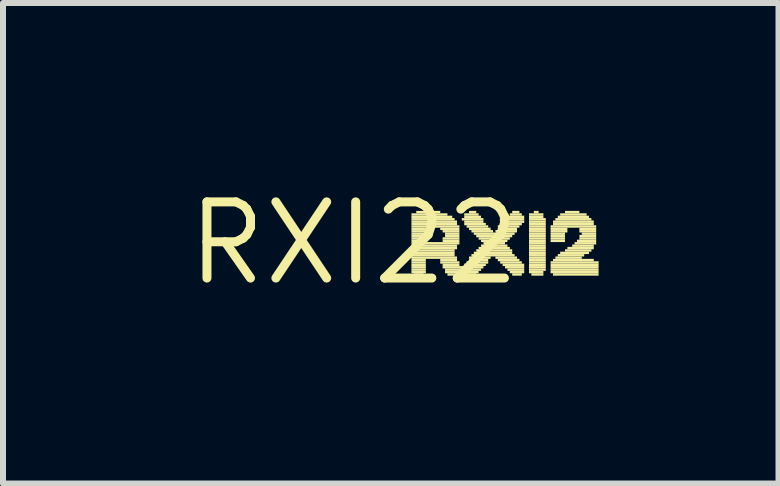
<source format=kicad_pcb>
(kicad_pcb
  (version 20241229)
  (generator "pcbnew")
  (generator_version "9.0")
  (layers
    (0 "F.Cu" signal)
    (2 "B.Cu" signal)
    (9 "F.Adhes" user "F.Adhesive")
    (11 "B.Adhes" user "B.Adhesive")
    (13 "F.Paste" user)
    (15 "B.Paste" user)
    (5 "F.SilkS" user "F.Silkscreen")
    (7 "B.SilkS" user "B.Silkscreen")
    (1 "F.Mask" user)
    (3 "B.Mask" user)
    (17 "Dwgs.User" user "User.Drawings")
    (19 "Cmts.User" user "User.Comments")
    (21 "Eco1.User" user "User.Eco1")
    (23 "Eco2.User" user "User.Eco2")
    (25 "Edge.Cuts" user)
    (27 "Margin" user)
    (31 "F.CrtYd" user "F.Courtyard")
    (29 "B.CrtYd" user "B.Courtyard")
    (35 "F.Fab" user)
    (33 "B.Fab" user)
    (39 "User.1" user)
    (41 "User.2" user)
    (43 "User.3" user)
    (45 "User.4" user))
  (footprint "RXI22"
    (layer "F.Cu")
    (at 2.85 1.006)
    (property "Reference" "RXI22" (at 0 0 0) (layer "F.SilkS") (effects (font (size 1.27 1.27) (thickness 0.15))))
    (attr through_hole)
    (fp_poly (pts (xy 0.96 -0.46) (xy 1.56 -0.46) (xy 1.56 -0.5) (xy 0.96 -0.5)) (stroke (width 0) (type solid)) (fill yes) (layer "F.SilkS"))
    (fp_poly (pts (xy 0.96 -0.42) (xy 1.64 -0.42) (xy 1.64 -0.46) (xy 0.96 -0.46)) (stroke (width 0) (type solid)) (fill yes) (layer "F.SilkS"))
    (fp_poly (pts (xy 0.96 -0.38) (xy 1.68 -0.38) (xy 1.68 -0.42) (xy 0.96 -0.42)) (stroke (width 0) (type solid)) (fill yes) (layer "F.SilkS"))
    (fp_poly (pts (xy 0.96 -0.34) (xy 1.72 -0.34) (xy 1.72 -0.38) (xy 0.96 -0.38)) (stroke (width 0) (type solid)) (fill yes) (layer "F.SilkS"))
    (fp_poly (pts (xy 0.96 -0.3) (xy 1.72 -0.3) (xy 1.72 -0.34) (xy 0.96 -0.34)) (stroke (width 0) (type solid)) (fill yes) (layer "F.SilkS"))
    (fp_poly (pts (xy 0.96 -0.26) (xy 1.76 -0.26) (xy 1.76 -0.3) (xy 0.96 -0.3)) (stroke (width 0) (type solid)) (fill yes) (layer "F.SilkS"))
    (fp_poly (pts (xy 0.96 -0.22) (xy 1.2 -0.22) (xy 1.2 -0.26) (xy 0.96 -0.26)) (stroke (width 0) (type solid)) (fill yes) (layer "F.SilkS"))
    (fp_poly (pts (xy 0.96 -0.18) (xy 1.2 -0.18) (xy 1.2 -0.22) (xy 0.96 -0.22)) (stroke (width 0) (type solid)) (fill yes) (layer "F.SilkS"))
    (fp_poly (pts (xy 0.96 -0.14) (xy 1.2 -0.14) (xy 1.2 -0.18) (xy 0.96 -0.18)) (stroke (width 0) (type solid)) (fill yes) (layer "F.SilkS"))
    (fp_poly (pts (xy 0.96 -0.1) (xy 1.2 -0.1) (xy 1.2 -0.14) (xy 0.96 -0.14)) (stroke (width 0) (type solid)) (fill yes) (layer "F.SilkS"))
    (fp_poly (pts (xy 0.96 -0.06) (xy 1.2 -0.06) (xy 1.2 -0.1) (xy 0.96 -0.1)) (stroke (width 0) (type solid)) (fill yes) (layer "F.SilkS"))
    (fp_poly (pts (xy 0.96 -0.02) (xy 1.2 -0.02) (xy 1.2 -0.06) (xy 0.96 -0.06)) (stroke (width 0) (type solid)) (fill yes) (layer "F.SilkS"))
    (fp_poly (pts (xy 0.96 0.02) (xy 1.76 0.02) (xy 1.76 -0.02) (xy 0.96 -0.02)) (stroke (width 0) (type solid)) (fill yes) (layer "F.SilkS"))
    (fp_poly (pts (xy 0.96 0.06) (xy 1.72 0.06) (xy 1.72 0.02) (xy 0.96 0.02)) (stroke (width 0) (type solid)) (fill yes) (layer "F.SilkS"))
    (fp_poly (pts (xy 0.96 0.1) (xy 1.72 0.1) (xy 1.72 0.06) (xy 0.96 0.06)) (stroke (width 0) (type solid)) (fill yes) (layer "F.SilkS"))
    (fp_poly (pts (xy 0.96 0.14) (xy 1.68 0.14) (xy 1.68 0.1) (xy 0.96 0.1)) (stroke (width 0) (type solid)) (fill yes) (layer "F.SilkS"))
    (fp_poly (pts (xy 0.96 0.18) (xy 1.68 0.18) (xy 1.68 0.14) (xy 0.96 0.14)) (stroke (width 0) (type solid)) (fill yes) (layer "F.SilkS"))
    (fp_poly (pts (xy 0.96 0.22) (xy 1.68 0.22) (xy 1.68 0.18) (xy 0.96 0.18)) (stroke (width 0) (type solid)) (fill yes) (layer "F.SilkS"))
    (fp_poly (pts (xy 0.96 0.26) (xy 1.72 0.26) (xy 1.72 0.22) (xy 0.96 0.22)) (stroke (width 0) (type solid)) (fill yes) (layer "F.SilkS"))
    (fp_poly (pts (xy 0.96 0.3) (xy 1.2 0.3) (xy 1.2 0.26) (xy 0.96 0.26)) (stroke (width 0) (type solid)) (fill yes) (layer "F.SilkS"))
    (fp_poly (pts (xy 0.96 0.34) (xy 1.2 0.34) (xy 1.2 0.3) (xy 0.96 0.3)) (stroke (width 0) (type solid)) (fill yes) (layer "F.SilkS"))
    (fp_poly (pts (xy 0.96 0.38) (xy 1.2 0.38) (xy 1.2 0.34) (xy 0.96 0.34)) (stroke (width 0) (type solid)) (fill yes) (layer "F.SilkS"))
    (fp_poly (pts (xy 0.96 0.42) (xy 1.2 0.42) (xy 1.2 0.38) (xy 0.96 0.38)) (stroke (width 0) (type solid)) (fill yes) (layer "F.SilkS"))
    (fp_poly (pts (xy 0.96 0.46) (xy 1.2 0.46) (xy 1.2 0.42) (xy 0.96 0.42)) (stroke (width 0) (type solid)) (fill yes) (layer "F.SilkS"))
    (fp_poly (pts (xy 0.96 0.5) (xy 1.2 0.5) (xy 1.2 0.46) (xy 0.96 0.46)) (stroke (width 0) (type solid)) (fill yes) (layer "F.SilkS"))
    (fp_poly (pts (xy 1 0.54) (xy 1.16 0.54) (xy 1.16 0.5) (xy 1 0.5)) (stroke (width 0) (type solid)) (fill yes) (layer "F.SilkS"))
    (fp_poly (pts (xy 1.04 -0.5) (xy 1.44 -0.5) (xy 1.44 -0.54) (xy 1.04 -0.54)) (stroke (width 0) (type solid)) (fill yes) (layer "F.SilkS"))
    (fp_poly (pts (xy 1.44 -0.22) (xy 1.76 -0.22) (xy 1.76 -0.26) (xy 1.44 -0.26)) (stroke (width 0) (type solid)) (fill yes) (layer "F.SilkS"))
    (fp_poly (pts (xy 1.44 0.3) (xy 1.72 0.3) (xy 1.72 0.26) (xy 1.44 0.26)) (stroke (width 0) (type solid)) (fill yes) (layer "F.SilkS"))
    (fp_poly (pts (xy 1.44 0.34) (xy 1.76 0.34) (xy 1.76 0.3) (xy 1.44 0.3)) (stroke (width 0) (type solid)) (fill yes) (layer "F.SilkS"))
    (fp_poly (pts (xy 1.48 -0.18) (xy 1.76 -0.18) (xy 1.76 -0.22) (xy 1.48 -0.22)) (stroke (width 0) (type solid)) (fill yes) (layer "F.SilkS"))
    (fp_poly (pts (xy 1.48 -0.06) (xy 1.76 -0.06) (xy 1.76 -0.1) (xy 1.48 -0.1)) (stroke (width 0) (type solid)) (fill yes) (layer "F.SilkS"))
    (fp_poly (pts (xy 1.48 -0.02) (xy 1.76 -0.02) (xy 1.76 -0.06) (xy 1.48 -0.06)) (stroke (width 0) (type solid)) (fill yes) (layer "F.SilkS"))
    (fp_poly (pts (xy 1.48 0.38) (xy 1.76 0.38) (xy 1.76 0.34) (xy 1.48 0.34)) (stroke (width 0) (type solid)) (fill yes) (layer "F.SilkS"))
    (fp_poly (pts (xy 1.48 0.42) (xy 2.16 0.42) (xy 2.16 0.38) (xy 1.48 0.38)) (stroke (width 0) (type solid)) (fill yes) (layer "F.SilkS"))
    (fp_poly (pts (xy 1.52 -0.14) (xy 1.76 -0.14) (xy 1.76 -0.18) (xy 1.52 -0.18)) (stroke (width 0) (type solid)) (fill yes) (layer "F.SilkS"))
    (fp_poly (pts (xy 1.52 -0.1) (xy 1.76 -0.1) (xy 1.76 -0.14) (xy 1.52 -0.14)) (stroke (width 0) (type solid)) (fill yes) (layer "F.SilkS"))
    (fp_poly (pts (xy 1.52 0.46) (xy 1.8 0.46) (xy 1.8 0.42) (xy 1.52 0.42)) (stroke (width 0) (type solid)) (fill yes) (layer "F.SilkS"))
    (fp_poly (pts (xy 1.52 0.5) (xy 1.76 0.5) (xy 1.76 0.46) (xy 1.52 0.46)) (stroke (width 0) (type solid)) (fill yes) (layer "F.SilkS"))
    (fp_poly (pts (xy 1.56 0.54) (xy 1.72 0.54) (xy 1.72 0.5) (xy 1.56 0.5)) (stroke (width 0) (type solid)) (fill yes) (layer "F.SilkS"))
    (fp_poly (pts (xy 1.8 -0.38) (xy 2.16 -0.38) (xy 2.16 -0.42) (xy 1.8 -0.42)) (stroke (width 0) (type solid)) (fill yes) (layer "F.SilkS"))
    (fp_poly (pts (xy 1.84 -0.46) (xy 2.08 -0.46) (xy 2.08 -0.5) (xy 1.84 -0.5)) (stroke (width 0) (type solid)) (fill yes) (layer "F.SilkS"))
    (fp_poly (pts (xy 1.84 -0.42) (xy 2.12 -0.42) (xy 2.12 -0.46) (xy 1.84 -0.46)) (stroke (width 0) (type solid)) (fill yes) (layer "F.SilkS"))
    (fp_poly (pts (xy 1.84 -0.34) (xy 2.16 -0.34) (xy 2.16 -0.38) (xy 1.84 -0.38)) (stroke (width 0) (type solid)) (fill yes) (layer "F.SilkS"))
    (fp_poly (pts (xy 1.84 -0.3) (xy 2.2 -0.3) (xy 2.2 -0.34) (xy 1.84 -0.34)) (stroke (width 0) (type solid)) (fill yes) (layer "F.SilkS"))
    (fp_poly (pts (xy 1.84 0.38) (xy 2.2 0.38) (xy 2.2 0.34) (xy 1.84 0.34)) (stroke (width 0) (type solid)) (fill yes) (layer "F.SilkS"))
    (fp_poly (pts (xy 1.84 0.46) (xy 2.12 0.46) (xy 2.12 0.42) (xy 1.84 0.42)) (stroke (width 0) (type solid)) (fill yes) (layer "F.SilkS"))
    (fp_poly (pts (xy 1.84 0.5) (xy 2.08 0.5) (xy 2.08 0.46) (xy 1.84 0.46)) (stroke (width 0) (type solid)) (fill yes) (layer "F.SilkS"))
    (fp_poly (pts (xy 1.88 -0.26) (xy 2.24 -0.26) (xy 2.24 -0.3) (xy 1.88 -0.3)) (stroke (width 0) (type solid)) (fill yes) (layer "F.SilkS"))
    (fp_poly (pts (xy 1.88 0.34) (xy 2.24 0.34) (xy 2.24 0.3) (xy 1.88 0.3)) (stroke (width 0) (type solid)) (fill yes) (layer "F.SilkS"))
    (fp_poly (pts (xy 1.88 0.54) (xy 2.04 0.54) (xy 2.04 0.5) (xy 1.88 0.5)) (stroke (width 0) (type solid)) (fill yes) (layer "F.SilkS"))
    (fp_poly (pts (xy 1.92 -0.5) (xy 2.04 -0.5) (xy 2.04 -0.54) (xy 1.92 -0.54)) (stroke (width 0) (type solid)) (fill yes) (layer "F.SilkS"))
    (fp_poly (pts (xy 1.92 -0.22) (xy 2.28 -0.22) (xy 2.28 -0.26) (xy 1.92 -0.26)) (stroke (width 0) (type solid)) (fill yes) (layer "F.SilkS"))
    (fp_poly (pts (xy 1.92 0.26) (xy 2.28 0.26) (xy 2.28 0.22) (xy 1.92 0.22)) (stroke (width 0) (type solid)) (fill yes) (layer "F.SilkS"))
    (fp_poly (pts (xy 1.92 0.3) (xy 2.24 0.3) (xy 2.24 0.26) (xy 1.92 0.26)) (stroke (width 0) (type solid)) (fill yes) (layer "F.SilkS"))
    (fp_poly (pts (xy 1.96 -0.18) (xy 2.32 -0.18) (xy 2.32 -0.22) (xy 1.96 -0.22)) (stroke (width 0) (type solid)) (fill yes) (layer "F.SilkS"))
    (fp_poly (pts (xy 1.96 0.22) (xy 2.68 0.22) (xy 2.68 0.18) (xy 1.96 0.18)) (stroke (width 0) (type solid)) (fill yes) (layer "F.SilkS"))
    (fp_poly (pts (xy 2 -0.14) (xy 2.68 -0.14) (xy 2.68 -0.18) (xy 2 -0.18)) (stroke (width 0) (type solid)) (fill yes) (layer "F.SilkS"))
    (fp_poly (pts (xy 2 0.18) (xy 2.64 0.18) (xy 2.64 0.14) (xy 2 0.14)) (stroke (width 0) (type solid)) (fill yes) (layer "F.SilkS"))
    (fp_poly (pts (xy 2.04 -0.1) (xy 2.64 -0.1) (xy 2.64 -0.14) (xy 2.04 -0.14)) (stroke (width 0) (type solid)) (fill yes) (layer "F.SilkS"))
    (fp_poly (pts (xy 2.04 0.14) (xy 2.64 0.14) (xy 2.64 0.1) (xy 2.04 0.1)) (stroke (width 0) (type solid)) (fill yes) (layer "F.SilkS"))
    (fp_poly (pts (xy 2.08 -0.06) (xy 2.6 -0.06) (xy 2.6 -0.1) (xy 2.08 -0.1)) (stroke (width 0) (type solid)) (fill yes) (layer "F.SilkS"))
    (fp_poly (pts (xy 2.08 0.1) (xy 2.6 0.1) (xy 2.6 0.06) (xy 2.08 0.06)) (stroke (width 0) (type solid)) (fill yes) (layer "F.SilkS"))
    (fp_poly (pts (xy 2.12 -0.02) (xy 2.56 -0.02) (xy 2.56 -0.06) (xy 2.12 -0.06)) (stroke (width 0) (type solid)) (fill yes) (layer "F.SilkS"))
    (fp_poly (pts (xy 2.12 0.06) (xy 2.56 0.06) (xy 2.56 0.02) (xy 2.12 0.02)) (stroke (width 0) (type solid)) (fill yes) (layer "F.SilkS"))
    (fp_poly (pts (xy 2.16 0.02) (xy 2.52 0.02) (xy 2.52 -0.02) (xy 2.16 -0.02)) (stroke (width 0) (type solid)) (fill yes) (layer "F.SilkS"))
    (fp_poly (pts (xy 2.36 -0.18) (xy 2.72 -0.18) (xy 2.72 -0.22) (xy 2.36 -0.22)) (stroke (width 0) (type solid)) (fill yes) (layer "F.SilkS"))
    (fp_poly (pts (xy 2.36 0.26) (xy 2.72 0.26) (xy 2.72 0.22) (xy 2.36 0.22)) (stroke (width 0) (type solid)) (fill yes) (layer "F.SilkS"))
    (fp_poly (pts (xy 2.4 -0.26) (xy 2.76 -0.26) (xy 2.76 -0.3) (xy 2.4 -0.3)) (stroke (width 0) (type solid)) (fill yes) (layer "F.SilkS"))
    (fp_poly (pts (xy 2.4 -0.22) (xy 2.72 -0.22) (xy 2.72 -0.26) (xy 2.4 -0.26)) (stroke (width 0) (type solid)) (fill yes) (layer "F.SilkS"))
    (fp_poly (pts (xy 2.4 0.3) (xy 2.76 0.3) (xy 2.76 0.26) (xy 2.4 0.26)) (stroke (width 0) (type solid)) (fill yes) (layer "F.SilkS"))
    (fp_poly (pts (xy 2.44 -0.3) (xy 2.8 -0.3) (xy 2.8 -0.34) (xy 2.44 -0.34)) (stroke (width 0) (type solid)) (fill yes) (layer "F.SilkS"))
    (fp_poly (pts (xy 2.44 0.34) (xy 2.8 0.34) (xy 2.8 0.3) (xy 2.44 0.3)) (stroke (width 0) (type solid)) (fill yes) (layer "F.SilkS"))
    (fp_poly (pts (xy 2.48 -0.34) (xy 2.84 -0.34) (xy 2.84 -0.38) (xy 2.48 -0.38)) (stroke (width 0) (type solid)) (fill yes) (layer "F.SilkS"))
    (fp_poly (pts (xy 2.48 0.38) (xy 2.84 0.38) (xy 2.84 0.34) (xy 2.48 0.34)) (stroke (width 0) (type solid)) (fill yes) (layer "F.SilkS"))
    (fp_poly (pts (xy 2.52 -0.38) (xy 2.84 -0.38) (xy 2.84 -0.42) (xy 2.52 -0.42)) (stroke (width 0) (type solid)) (fill yes) (layer "F.SilkS"))
    (fp_poly (pts (xy 2.52 0.42) (xy 2.84 0.42) (xy 2.84 0.38) (xy 2.52 0.38)) (stroke (width 0) (type solid)) (fill yes) (layer "F.SilkS"))
    (fp_poly (pts (xy 2.56 -0.42) (xy 2.84 -0.42) (xy 2.84 -0.46) (xy 2.56 -0.46)) (stroke (width 0) (type solid)) (fill yes) (layer "F.SilkS"))
    (fp_poly (pts (xy 2.56 0.46) (xy 2.84 0.46) (xy 2.84 0.42) (xy 2.56 0.42)) (stroke (width 0) (type solid)) (fill yes) (layer "F.SilkS"))
    (fp_poly (pts (xy 2.6 -0.46) (xy 2.8 -0.46) (xy 2.8 -0.5) (xy 2.6 -0.5)) (stroke (width 0) (type solid)) (fill yes) (layer "F.SilkS"))
    (fp_poly (pts (xy 2.6 0.5) (xy 2.84 0.5) (xy 2.84 0.46) (xy 2.6 0.46)) (stroke (width 0) (type solid)) (fill yes) (layer "F.SilkS"))
    (fp_poly (pts (xy 2.64 -0.5) (xy 2.76 -0.5) (xy 2.76 -0.54) (xy 2.64 -0.54)) (stroke (width 0) (type solid)) (fill yes) (layer "F.SilkS"))
    (fp_poly (pts (xy 2.64 0.54) (xy 2.8 0.54) (xy 2.8 0.5) (xy 2.64 0.5)) (stroke (width 0) (type solid)) (fill yes) (layer "F.SilkS"))
    (fp_poly (pts (xy 2.92 -0.46) (xy 3.16 -0.46) (xy 3.16 -0.5) (xy 2.92 -0.5)) (stroke (width 0) (type solid)) (fill yes) (layer "F.SilkS"))
    (fp_poly (pts (xy 2.92 -0.42) (xy 3.16 -0.42) (xy 3.16 -0.46) (xy 2.92 -0.46)) (stroke (width 0) (type solid)) (fill yes) (layer "F.SilkS"))
    (fp_poly (pts (xy 2.92 -0.38) (xy 3.2 -0.38) (xy 3.2 -0.42) (xy 2.92 -0.42)) (stroke (width 0) (type solid)) (fill yes) (layer "F.SilkS"))
    (fp_poly (pts (xy 2.92 -0.34) (xy 3.2 -0.34) (xy 3.2 -0.38) (xy 2.92 -0.38)) (stroke (width 0) (type solid)) (fill yes) (layer "F.SilkS"))
    (fp_poly (pts (xy 2.92 -0.3) (xy 3.2 -0.3) (xy 3.2 -0.34) (xy 2.92 -0.34)) (stroke (width 0) (type solid)) (fill yes) (layer "F.SilkS"))
    (fp_poly (pts (xy 2.92 -0.26) (xy 3.2 -0.26) (xy 3.2 -0.3) (xy 2.92 -0.3)) (stroke (width 0) (type solid)) (fill yes) (layer "F.SilkS"))
    (fp_poly (pts (xy 2.92 -0.22) (xy 3.2 -0.22) (xy 3.2 -0.26) (xy 2.92 -0.26)) (stroke (width 0) (type solid)) (fill yes) (layer "F.SilkS"))
    (fp_poly (pts (xy 2.92 -0.18) (xy 3.2 -0.18) (xy 3.2 -0.22) (xy 2.92 -0.22)) (stroke (width 0) (type solid)) (fill yes) (layer "F.SilkS"))
    (fp_poly (pts (xy 2.92 -0.14) (xy 3.2 -0.14) (xy 3.2 -0.18) (xy 2.92 -0.18)) (stroke (width 0) (type solid)) (fill yes) (layer "F.SilkS"))
    (fp_poly (pts (xy 2.92 -0.1) (xy 3.2 -0.1) (xy 3.2 -0.14) (xy 2.92 -0.14)) (stroke (width 0) (type solid)) (fill yes) (layer "F.SilkS"))
    (fp_poly (pts (xy 2.92 -0.06) (xy 3.2 -0.06) (xy 3.2 -0.1) (xy 2.92 -0.1)) (stroke (width 0) (type solid)) (fill yes) (layer "F.SilkS"))
    (fp_poly (pts (xy 2.92 -0.02) (xy 3.2 -0.02) (xy 3.2 -0.06) (xy 2.92 -0.06)) (stroke (width 0) (type solid)) (fill yes) (layer "F.SilkS"))
    (fp_poly (pts (xy 2.92 0.02) (xy 3.2 0.02) (xy 3.2 -0.02) (xy 2.92 -0.02)) (stroke (width 0) (type solid)) (fill yes) (layer "F.SilkS"))
    (fp_poly (pts (xy 2.92 0.06) (xy 3.2 0.06) (xy 3.2 0.02) (xy 2.92 0.02)) (stroke (width 0) (type solid)) (fill yes) (layer "F.SilkS"))
    (fp_poly (pts (xy 2.92 0.1) (xy 3.2 0.1) (xy 3.2 0.06) (xy 2.92 0.06)) (stroke (width 0) (type solid)) (fill yes) (layer "F.SilkS"))
    (fp_poly (pts (xy 2.92 0.14) (xy 3.2 0.14) (xy 3.2 0.1) (xy 2.92 0.1)) (stroke (width 0) (type solid)) (fill yes) (layer "F.SilkS"))
    (fp_poly (pts (xy 2.92 0.18) (xy 3.2 0.18) (xy 3.2 0.14) (xy 2.92 0.14)) (stroke (width 0) (type solid)) (fill yes) (layer "F.SilkS"))
    (fp_poly (pts (xy 2.92 0.22) (xy 3.2 0.22) (xy 3.2 0.18) (xy 2.92 0.18)) (stroke (width 0) (type solid)) (fill yes) (layer "F.SilkS"))
    (fp_poly (pts (xy 2.92 0.26) (xy 3.2 0.26) (xy 3.2 0.22) (xy 2.92 0.22)) (stroke (width 0) (type solid)) (fill yes) (layer "F.SilkS"))
    (fp_poly (pts (xy 2.92 0.3) (xy 3.2 0.3) (xy 3.2 0.26) (xy 2.92 0.26)) (stroke (width 0) (type solid)) (fill yes) (layer "F.SilkS"))
    (fp_poly (pts (xy 2.92 0.34) (xy 3.2 0.34) (xy 3.2 0.3) (xy 2.92 0.3)) (stroke (width 0) (type solid)) (fill yes) (layer "F.SilkS"))
    (fp_poly (pts (xy 2.92 0.38) (xy 3.2 0.38) (xy 3.2 0.34) (xy 2.92 0.34)) (stroke (width 0) (type solid)) (fill yes) (layer "F.SilkS"))
    (fp_poly (pts (xy 2.92 0.42) (xy 3.2 0.42) (xy 3.2 0.38) (xy 2.92 0.38)) (stroke (width 0) (type solid)) (fill yes) (layer "F.SilkS"))
    (fp_poly (pts (xy 2.92 0.46) (xy 3.2 0.46) (xy 3.2 0.42) (xy 2.92 0.42)) (stroke (width 0) (type solid)) (fill yes) (layer "F.SilkS"))
    (fp_poly (pts (xy 2.92 0.5) (xy 3.16 0.5) (xy 3.16 0.46) (xy 2.92 0.46)) (stroke (width 0) (type solid)) (fill yes) (layer "F.SilkS"))
    (fp_poly (pts (xy 2.96 0.54) (xy 3.16 0.54) (xy 3.16 0.5) (xy 2.96 0.5)) (stroke (width 0) (type solid)) (fill yes) (layer "F.SilkS"))
    (fp_poly (pts (xy 3 -0.5) (xy 3.08 -0.5) (xy 3.08 -0.54) (xy 3 -0.54)) (stroke (width 0) (type solid)) (fill yes) (layer "F.SilkS"))
    (fp_poly (pts (xy 3.28 -0.26) (xy 4.04 -0.26) (xy 4.04 -0.3) (xy 3.28 -0.3)) (stroke (width 0) (type solid)) (fill yes) (layer "F.SilkS"))
    (fp_poly (pts (xy 3.28 -0.22) (xy 3.56 -0.22) (xy 3.56 -0.26) (xy 3.28 -0.26)) (stroke (width 0) (type solid)) (fill yes) (layer "F.SilkS"))
    (fp_poly (pts (xy 3.28 -0.18) (xy 3.56 -0.18) (xy 3.56 -0.22) (xy 3.28 -0.22)) (stroke (width 0) (type solid)) (fill yes) (layer "F.SilkS"))
    (fp_poly (pts (xy 3.28 -0.14) (xy 3.52 -0.14) (xy 3.52 -0.18) (xy 3.28 -0.18)) (stroke (width 0) (type solid)) (fill yes) (layer "F.SilkS"))
    (fp_poly (pts (xy 3.28 -0.1) (xy 3.52 -0.1) (xy 3.52 -0.14) (xy 3.28 -0.14)) (stroke (width 0) (type solid)) (fill yes) (layer "F.SilkS"))
    (fp_poly (pts (xy 3.28 -0.06) (xy 3.52 -0.06) (xy 3.52 -0.1) (xy 3.28 -0.1)) (stroke (width 0) (type solid)) (fill yes) (layer "F.SilkS"))
    (fp_poly (pts (xy 3.28 -0.02) (xy 3.52 -0.02) (xy 3.52 -0.06) (xy 3.28 -0.06)) (stroke (width 0) (type solid)) (fill yes) (layer "F.SilkS"))
    (fp_poly (pts (xy 3.28 0.34) (xy 4.08 0.34) (xy 4.08 0.3) (xy 3.28 0.3)) (stroke (width 0) (type solid)) (fill yes) (layer "F.SilkS"))
    (fp_poly (pts (xy 3.28 0.38) (xy 4.08 0.38) (xy 4.08 0.34) (xy 3.28 0.34)) (stroke (width 0) (type solid)) (fill yes) (layer "F.SilkS"))
    (fp_poly (pts (xy 3.28 0.42) (xy 4.08 0.42) (xy 4.08 0.38) (xy 3.28 0.38)) (stroke (width 0) (type solid)) (fill yes) (layer "F.SilkS"))
    (fp_poly (pts (xy 3.28 0.46) (xy 4.08 0.46) (xy 4.08 0.42) (xy 3.28 0.42)) (stroke (width 0) (type solid)) (fill yes) (layer "F.SilkS"))
    (fp_poly (pts (xy 3.28 0.5) (xy 4.08 0.5) (xy 4.08 0.46) (xy 3.28 0.46)) (stroke (width 0) (type solid)) (fill yes) (layer "F.SilkS"))
    (fp_poly (pts (xy 3.32 -0.34) (xy 4 -0.34) (xy 4 -0.38) (xy 3.32 -0.38)) (stroke (width 0) (type solid)) (fill yes) (layer "F.SilkS"))
    (fp_poly (pts (xy 3.32 -0.3) (xy 4 -0.3) (xy 4 -0.34) (xy 3.32 -0.34)) (stroke (width 0) (type solid)) (fill yes) (layer "F.SilkS"))
    (fp_poly (pts (xy 3.32 0.3) (xy 4 0.3) (xy 4 0.26) (xy 3.32 0.26)) (stroke (width 0) (type solid)) (fill yes) (layer "F.SilkS"))
    (fp_poly (pts (xy 3.32 0.54) (xy 4.08 0.54) (xy 4.08 0.5) (xy 3.32 0.5)) (stroke (width 0) (type solid)) (fill yes) (layer "F.SilkS"))
    (fp_poly (pts (xy 3.36 -0.38) (xy 3.96 -0.38) (xy 3.96 -0.42) (xy 3.36 -0.42)) (stroke (width 0) (type solid)) (fill yes) (layer "F.SilkS"))
    (fp_poly (pts (xy 3.36 0.26) (xy 3.8 0.26) (xy 3.8 0.22) (xy 3.36 0.22)) (stroke (width 0) (type solid)) (fill yes) (layer "F.SilkS"))
    (fp_poly (pts (xy 3.4 -0.42) (xy 3.92 -0.42) (xy 3.92 -0.46) (xy 3.4 -0.46)) (stroke (width 0) (type solid)) (fill yes) (layer "F.SilkS"))
    (fp_poly (pts (xy 3.4 0.22) (xy 3.84 0.22) (xy 3.84 0.18) (xy 3.4 0.18)) (stroke (width 0) (type solid)) (fill yes) (layer "F.SilkS"))
    (fp_poly (pts (xy 3.44 -0.46) (xy 3.88 -0.46) (xy 3.88 -0.5) (xy 3.44 -0.5)) (stroke (width 0) (type solid)) (fill yes) (layer "F.SilkS"))
    (fp_poly (pts (xy 3.44 0.18) (xy 3.92 0.18) (xy 3.92 0.14) (xy 3.44 0.14)) (stroke (width 0) (type solid)) (fill yes) (layer "F.SilkS"))
    (fp_poly (pts (xy 3.52 -0.5) (xy 3.76 -0.5) (xy 3.76 -0.54) (xy 3.52 -0.54)) (stroke (width 0) (type solid)) (fill yes) (layer "F.SilkS"))
    (fp_poly (pts (xy 3.52 0.14) (xy 3.96 0.14) (xy 3.96 0.1) (xy 3.52 0.1)) (stroke (width 0) (type solid)) (fill yes) (layer "F.SilkS"))
    (fp_poly (pts (xy 3.56 0.1) (xy 4 0.1) (xy 4 0.06) (xy 3.56 0.06)) (stroke (width 0) (type solid)) (fill yes) (layer "F.SilkS"))
    (fp_poly (pts (xy 3.64 0.06) (xy 4 0.06) (xy 4 0.02) (xy 3.64 0.02)) (stroke (width 0) (type solid)) (fill yes) (layer "F.SilkS"))
    (fp_poly (pts (xy 3.68 0.02) (xy 4.04 0.02) (xy 4.04 -0.02) (xy 3.68 -0.02)) (stroke (width 0) (type solid)) (fill yes) (layer "F.SilkS"))
    (fp_poly (pts (xy 3.72 -0.02) (xy 4.04 -0.02) (xy 4.04 -0.06) (xy 3.72 -0.06)) (stroke (width 0) (type solid)) (fill yes) (layer "F.SilkS"))
    (fp_poly (pts (xy 3.76 -0.22) (xy 4.04 -0.22) (xy 4.04 -0.26) (xy 3.76 -0.26)) (stroke (width 0) (type solid)) (fill yes) (layer "F.SilkS"))
    (fp_poly (pts (xy 3.76 -0.18) (xy 4.04 -0.18) (xy 4.04 -0.22) (xy 3.76 -0.22)) (stroke (width 0) (type solid)) (fill yes) (layer "F.SilkS"))
    (fp_poly (pts (xy 3.76 -0.1) (xy 4.04 -0.1) (xy 4.04 -0.14) (xy 3.76 -0.14)) (stroke (width 0) (type solid)) (fill yes) (layer "F.SilkS"))
    (fp_poly (pts (xy 3.76 -0.06) (xy 4.04 -0.06) (xy 4.04 -0.1) (xy 3.76 -0.1)) (stroke (width 0) (type solid)) (fill yes) (layer "F.SilkS"))
    (fp_poly (pts (xy 3.8 -0.14) (xy 4.04 -0.14) (xy 4.04 -0.18) (xy 3.8 -0.18)) (stroke (width 0) (type solid)) (fill yes) (layer "F.SilkS")))
  (gr_rect
    (start -3 -3)
    (end 9.93 5.012)
    (stroke (width 0.1) (type default))
    (fill no)
    (layer "Edge.Cuts")))
</source>
